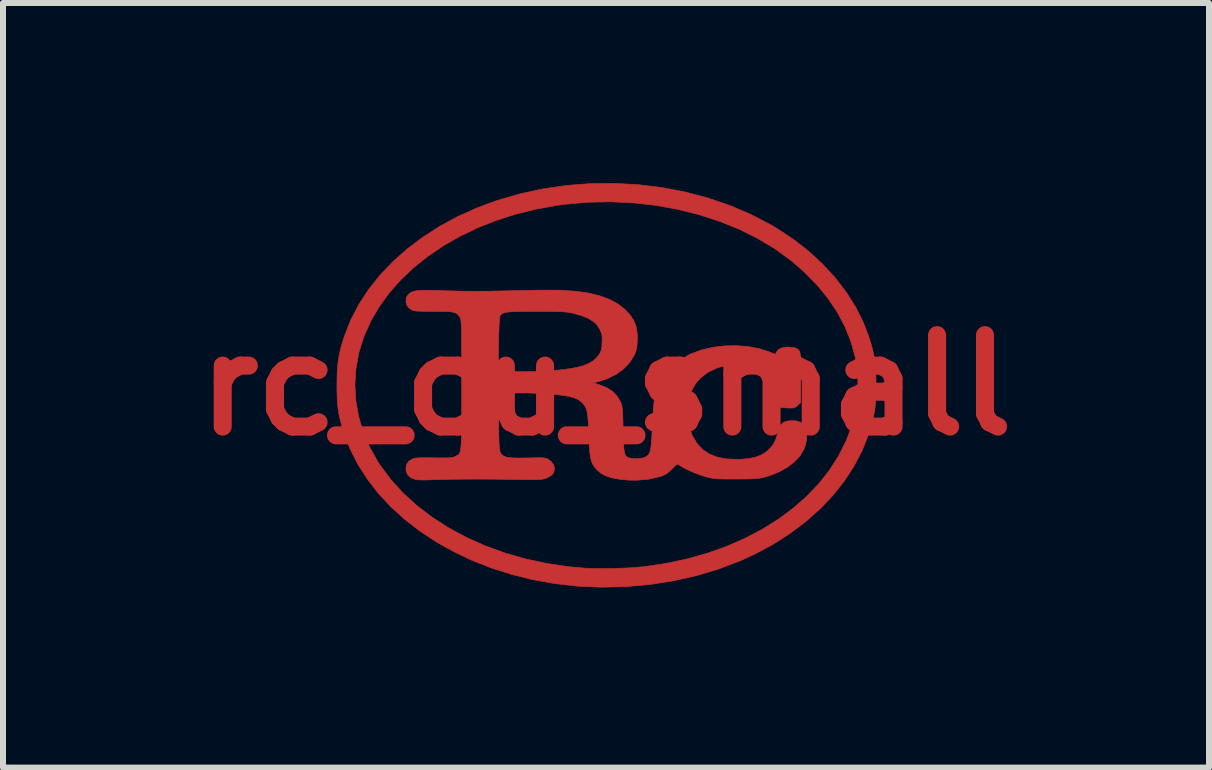
<source format=kicad_pcb>
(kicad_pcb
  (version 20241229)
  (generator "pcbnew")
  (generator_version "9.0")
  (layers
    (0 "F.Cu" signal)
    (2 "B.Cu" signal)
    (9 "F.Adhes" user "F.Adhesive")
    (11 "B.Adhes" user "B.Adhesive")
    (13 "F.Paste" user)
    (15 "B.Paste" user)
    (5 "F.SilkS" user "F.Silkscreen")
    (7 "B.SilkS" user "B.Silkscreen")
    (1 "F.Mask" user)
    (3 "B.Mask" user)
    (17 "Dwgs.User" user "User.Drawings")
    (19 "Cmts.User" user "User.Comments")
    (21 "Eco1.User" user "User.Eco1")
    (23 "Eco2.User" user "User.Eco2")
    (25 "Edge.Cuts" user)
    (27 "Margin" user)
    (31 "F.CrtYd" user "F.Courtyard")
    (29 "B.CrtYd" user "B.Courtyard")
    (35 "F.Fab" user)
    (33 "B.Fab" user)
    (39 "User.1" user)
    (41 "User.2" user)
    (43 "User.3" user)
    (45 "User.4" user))
  (footprint "rc_cu_small"
    (layer "F.Cu")
    (at 7.047 3.368)
    (property "Reference" "rc_cu_small" (at 0 0 0) (layer "F.Cu") (effects (font (size 1.524 1.524) (thickness 0.3))))
    (attr through_hole)
    (fp_poly (pts (xy 0.538 -3.341) (xy 0.933 -3.293) (xy 1.321 -3.219) (xy 1.699 -3.119) (xy 2.066 -2.994) (xy 2.418 -2.843) (xy 2.754 -2.668) (xy 2.848 -2.612) (xy 3.123 -2.43) (xy 3.378 -2.231) (xy 3.61 -2.016) (xy 3.819 -1.789) (xy 4.002 -1.55) (xy 4.159 -1.302) (xy 4.287 -1.046) (xy 4.372 -0.826) (xy 4.415 -0.69) (xy 4.447 -0.57) (xy 4.471 -0.458) (xy 4.486 -0.344) (xy 4.495 -0.22) (xy 4.498 -0.077) (xy 4.499 0) (xy 4.497 0.156) (xy 4.49 0.29) (xy 4.478 0.409) (xy 4.458 0.522) (xy 4.429 0.638) (xy 4.391 0.766) (xy 4.372 0.825) (xy 4.267 1.09) (xy 4.132 1.348) (xy 3.969 1.597) (xy 3.78 1.835) (xy 3.565 2.061) (xy 3.326 2.273) (xy 3.065 2.47) (xy 2.783 2.651) (xy 2.481 2.813) (xy 2.246 2.921) (xy 1.888 3.058) (xy 1.513 3.171) (xy 1.124 3.259) (xy 0.726 3.321) (xy 0.322 3.356) (xy -0.083 3.365) (xy -0.484 3.347) (xy -0.854 3.305) (xy -1.214 3.241) (xy -1.564 3.155) (xy -1.902 3.048) (xy -2.226 2.921) (xy -2.534 2.775) (xy -2.826 2.612) (xy -3.099 2.432) (xy -3.353 2.236) (xy -3.585 2.025) (xy -3.794 1.801) (xy -3.978 1.563) (xy -4.137 1.314) (xy -4.267 1.055) (xy -4.356 0.825) (xy -4.399 0.689) (xy -4.431 0.57) (xy -4.455 0.457) (xy -4.47 0.342) (xy -4.479 0.217) (xy -4.483 0.073) (xy -4.483 0) (xy -4.483 -0.01) (xy -4.184 -0.01) (xy -4.169 0.253) (xy -4.124 0.513) (xy -4.049 0.77) (xy -3.943 1.021) (xy -3.808 1.265) (xy -3.767 1.328) (xy -3.589 1.568) (xy -3.384 1.794) (xy -3.153 2.004) (xy -2.9 2.198) (xy -2.625 2.375) (xy -2.33 2.534) (xy -2.018 2.674) (xy -1.69 2.793) (xy -1.348 2.892) (xy -0.994 2.969) (xy -0.63 3.023) (xy -0.357 3.048) (xy -0.222 3.054) (xy -0.066 3.056) (xy 0.103 3.054) (xy 0.274 3.048) (xy 0.437 3.04) (xy 0.583 3.028) (xy 0.635 3.023) (xy 1 2.969) (xy 1.351 2.894) (xy 1.689 2.799) (xy 2.012 2.684) (xy 2.317 2.55) (xy 2.605 2.399) (xy 2.873 2.231) (xy 3.121 2.047) (xy 3.347 1.848) (xy 3.549 1.636) (xy 3.727 1.41) (xy 3.878 1.172) (xy 4.003 0.923) (xy 4.099 0.664) (xy 4.127 0.564) (xy 4.179 0.302) (xy 4.2 0.041) (xy 4.19 -0.219) (xy 4.15 -0.476) (xy 4.08 -0.728) (xy 3.98 -0.976) (xy 3.852 -1.218) (xy 3.694 -1.452) (xy 3.509 -1.678) (xy 3.296 -1.893) (xy 3.08 -2.08) (xy 2.813 -2.274) (xy 2.523 -2.447) (xy 2.214 -2.601) (xy 1.886 -2.733) (xy 1.544 -2.843) (xy 1.19 -2.931) (xy 0.826 -2.997) (xy 0.455 -3.038) (xy 0.079 -3.056) (xy -0.299 -3.049) (xy -0.676 -3.016) (xy -0.802 -2.999) (xy -1.155 -2.936) (xy -1.497 -2.852) (xy -1.824 -2.748) (xy -2.136 -2.624) (xy -2.432 -2.483) (xy -2.709 -2.324) (xy -2.967 -2.149) (xy -3.205 -1.96) (xy -3.42 -1.756) (xy -3.611 -1.54) (xy -3.777 -1.312) (xy -3.917 -1.073) (xy -4.029 -0.824) (xy -4.112 -0.567) (xy -4.12 -0.535) (xy -4.167 -0.273) (xy -4.184 -0.01) (xy -4.483 -0.01) (xy -4.481 -0.156) (xy -4.475 -0.288) (xy -4.462 -0.406) (xy -4.443 -0.519) (xy -4.415 -0.635) (xy -4.377 -0.762) (xy -4.356 -0.825) (xy -4.251 -1.092) (xy -4.116 -1.35) (xy -3.953 -1.599) (xy -3.763 -1.836) (xy -3.548 -2.062) (xy -3.31 -2.273) (xy -3.049 -2.469) (xy -2.768 -2.649) (xy -2.467 -2.812) (xy -2.148 -2.955) (xy -1.834 -3.072) (xy -1.45 -3.184) (xy -1.059 -3.27) (xy -0.662 -3.328) (xy -0.261 -3.359) (xy 0.14 -3.363) (xy 0.538 -3.341)) (stroke (width 0.01) (type solid)) (fill yes) (layer "F.Cu"))
    (fp_poly (pts (xy -0.8 -1.583) (xy -0.738 -1.582) (xy -0.501 -1.565) (xy -0.29 -1.535) (xy -0.106 -1.49) (xy 0.055 -1.431) (xy 0.193 -1.357) (xy 0.309 -1.268) (xy 0.399 -1.174) (xy 0.462 -1.079) (xy 0.502 -0.976) (xy 0.52 -0.859) (xy 0.521 -0.738) (xy 0.516 -0.661) (xy 0.507 -0.602) (xy 0.492 -0.551) (xy 0.467 -0.495) (xy 0.464 -0.488) (xy 0.389 -0.371) (xy 0.287 -0.267) (xy 0.162 -0.178) (xy 0.017 -0.107) (xy -0.1 -0.068) (xy -0.208 -0.038) (xy -0.116 -0.009) (xy 0.008 0.039) (xy 0.105 0.1) (xy 0.18 0.175) (xy 0.237 0.27) (xy 0.241 0.278) (xy 0.252 0.305) (xy 0.261 0.333) (xy 0.268 0.367) (xy 0.273 0.411) (xy 0.277 0.469) (xy 0.28 0.546) (xy 0.283 0.648) (xy 0.285 0.738) (xy 0.288 0.868) (xy 0.292 0.97) (xy 0.297 1.048) (xy 0.304 1.105) (xy 0.314 1.146) (xy 0.327 1.173) (xy 0.344 1.191) (xy 0.366 1.204) (xy 0.378 1.209) (xy 0.436 1.221) (xy 0.507 1.225) (xy 0.579 1.219) (xy 0.637 1.205) (xy 0.648 1.2) (xy 0.676 1.185) (xy 0.698 1.168) (xy 0.716 1.145) (xy 0.73 1.115) (xy 0.741 1.072) (xy 0.75 1.014) (xy 0.758 0.938) (xy 0.764 0.839) (xy 0.771 0.715) (xy 0.778 0.579) (xy 0.784 0.459) (xy 0.792 0.351) (xy 0.802 0.26) (xy 0.811 0.193) (xy 0.817 0.167) (xy 0.876 0.002) (xy 0.963 -0.149) (xy 1.075 -0.285) (xy 1.21 -0.402) (xy 1.366 -0.499) (xy 1.418 -0.524) (xy 1.589 -0.587) (xy 1.776 -0.631) (xy 1.973 -0.655) (xy 2.173 -0.659) (xy 2.369 -0.644) (xy 2.555 -0.609) (xy 2.725 -0.554) (xy 2.751 -0.543) (xy 2.795 -0.524) (xy 2.817 -0.519) (xy 2.828 -0.526) (xy 2.834 -0.541) (xy 2.866 -0.59) (xy 2.923 -0.621) (xy 3.006 -0.635) (xy 3.027 -0.635) (xy 3.087 -0.632) (xy 3.137 -0.625) (xy 3.164 -0.617) (xy 3.188 -0.604) (xy 3.207 -0.59) (xy 3.221 -0.571) (xy 3.231 -0.543) (xy 3.238 -0.502) (xy 3.243 -0.446) (xy 3.245 -0.369) (xy 3.245 -0.268) (xy 3.245 -0.14) (xy 3.245 -0.124) (xy 3.243 0.291) (xy 3.191 0.338) (xy 3.163 0.361) (xy 3.137 0.374) (xy 3.105 0.38) (xy 3.055 0.38) (xy 3.014 0.379) (xy 2.949 0.374) (xy 2.906 0.367) (xy 2.876 0.355) (xy 2.851 0.334) (xy 2.847 0.33) (xy 2.827 0.307) (xy 2.813 0.28) (xy 2.803 0.242) (xy 2.794 0.184) (xy 2.786 0.121) (xy 2.771 0.017) (xy 2.749 -0.061) (xy 2.717 -0.123) (xy 2.671 -0.173) (xy 2.609 -0.22) (xy 2.538 -0.262) (xy 2.465 -0.292) (xy 2.384 -0.311) (xy 2.288 -0.321) (xy 2.168 -0.324) (xy 2.151 -0.324) (xy 2.057 -0.322) (xy 1.986 -0.318) (xy 1.93 -0.31) (xy 1.882 -0.299) (xy 1.851 -0.288) (xy 1.707 -0.221) (xy 1.587 -0.133) (xy 1.492 -0.026) (xy 1.422 0.1) (xy 1.377 0.245) (xy 1.367 0.312) (xy 1.358 0.49) (xy 1.376 0.653) (xy 1.423 0.805) (xy 1.445 0.852) (xy 1.518 0.973) (xy 1.609 1.071) (xy 1.719 1.145) (xy 1.848 1.197) (xy 1.999 1.227) (xy 2.172 1.236) (xy 2.246 1.234) (xy 2.386 1.221) (xy 2.501 1.196) (xy 2.597 1.157) (xy 2.677 1.104) (xy 2.689 1.094) (xy 2.75 1.034) (xy 2.795 0.971) (xy 2.83 0.896) (xy 2.86 0.801) (xy 2.863 0.791) (xy 2.889 0.709) (xy 2.919 0.653) (xy 2.958 0.618) (xy 3.012 0.599) (xy 3.076 0.591) (xy 3.175 0.595) (xy 3.253 0.622) (xy 3.31 0.673) (xy 3.319 0.686) (xy 3.341 0.745) (xy 3.348 0.824) (xy 3.341 0.913) (xy 3.32 1.005) (xy 3.296 1.069) (xy 3.233 1.175) (xy 3.141 1.274) (xy 3.026 1.363) (xy 2.89 1.441) (xy 2.737 1.503) (xy 2.659 1.527) (xy 2.614 1.539) (xy 2.571 1.548) (xy 2.524 1.554) (xy 2.468 1.558) (xy 2.398 1.561) (xy 2.307 1.562) (xy 2.191 1.563) (xy 2.167 1.563) (xy 2.049 1.563) (xy 1.956 1.562) (xy 1.885 1.561) (xy 1.828 1.557) (xy 1.781 1.552) (xy 1.738 1.544) (xy 1.693 1.533) (xy 1.648 1.521) (xy 1.561 1.493) (xy 1.467 1.457) (xy 1.374 1.416) (xy 1.292 1.376) (xy 1.229 1.338) (xy 1.216 1.329) (xy 1.199 1.32) (xy 1.181 1.321) (xy 1.157 1.338) (xy 1.121 1.373) (xy 1.096 1.398) (xy 1.042 1.449) (xy 0.996 1.483) (xy 0.943 1.507) (xy 0.896 1.523) (xy 0.711 1.566) (xy 0.513 1.583) (xy 0.374 1.581) (xy 0.222 1.566) (xy 0.096 1.543) (xy -0.006 1.51) (xy -0.088 1.465) (xy -0.154 1.407) (xy -0.164 1.396) (xy -0.196 1.356) (xy -0.221 1.316) (xy -0.241 1.272) (xy -0.255 1.219) (xy -0.266 1.153) (xy -0.274 1.068) (xy -0.281 0.961) (xy -0.286 0.827) (xy -0.287 0.823) (xy -0.292 0.692) (xy -0.298 0.588) (xy -0.305 0.508) (xy -0.315 0.445) (xy -0.328 0.397) (xy -0.345 0.359) (xy -0.367 0.326) (xy -0.394 0.296) (xy -0.435 0.258) (xy -0.48 0.23) (xy -0.538 0.208) (xy -0.618 0.187) (xy -0.628 0.185) (xy -0.708 0.171) (xy -0.811 0.158) (xy -0.932 0.148) (xy -1.063 0.139) (xy -1.199 0.133) (xy -1.332 0.129) (xy -1.457 0.129) (xy -1.566 0.131) (xy -1.654 0.137) (xy -1.688 0.142) (xy -1.737 0.153) (xy -1.772 0.169) (xy -1.781 0.176) (xy -1.785 0.199) (xy -1.788 0.25) (xy -1.79 0.328) (xy -1.791 0.43) (xy -1.79 0.552) (xy -1.789 0.644) (xy -1.787 0.777) (xy -1.785 0.883) (xy -1.782 0.964) (xy -1.779 1.025) (xy -1.774 1.068) (xy -1.769 1.098) (xy -1.762 1.119) (xy -1.756 1.13) (xy -1.735 1.157) (xy -1.71 1.177) (xy -1.676 1.193) (xy -1.63 1.204) (xy -1.569 1.21) (xy -1.488 1.213) (xy -1.385 1.213) (xy -1.255 1.211) (xy -1.18 1.209) (xy -1.096 1.208) (xy -1.036 1.211) (xy -0.994 1.219) (xy -0.971 1.229) (xy -0.91 1.274) (xy -0.872 1.33) (xy -0.858 1.392) (xy -0.872 1.453) (xy -0.889 1.481) (xy -0.923 1.51) (xy -0.973 1.538) (xy -1.004 1.551) (xy -1.035 1.56) (xy -1.067 1.567) (xy -1.106 1.572) (xy -1.157 1.574) (xy -1.224 1.575) (xy -1.313 1.574) (xy -1.428 1.572) (xy -1.445 1.572) (xy -1.673 1.568) (xy -1.903 1.565) (xy -2.129 1.564) (xy -2.345 1.565) (xy -2.544 1.567) (xy -2.722 1.571) (xy -2.842 1.574) (xy -2.936 1.577) (xy -3.022 1.579) (xy -3.094 1.578) (xy -3.145 1.576) (xy -3.167 1.573) (xy -3.248 1.543) (xy -3.302 1.498) (xy -3.329 1.437) (xy -3.334 1.389) (xy -3.323 1.32) (xy -3.289 1.269) (xy -3.231 1.232) (xy -3.207 1.222) (xy -3.177 1.216) (xy -3.135 1.211) (xy -3.078 1.209) (xy -3 1.208) (xy -2.896 1.209) (xy -2.87 1.21) (xy -2.761 1.211) (xy -2.679 1.211) (xy -2.62 1.21) (xy -2.577 1.206) (xy -2.546 1.2) (xy -2.523 1.192) (xy -2.512 1.186) (xy -2.492 1.176) (xy -2.474 1.166) (xy -2.459 1.155) (xy -2.446 1.141) (xy -2.436 1.121) (xy -2.427 1.092) (xy -2.42 1.054) (xy -2.415 1.003) (xy -2.411 0.937) (xy -2.408 0.855) (xy -2.407 0.753) (xy -2.406 0.629) (xy -2.405 0.482) (xy -2.405 0.308) (xy -2.405 0.107) (xy -2.405 -0.008) (xy -2.405 -0.22) (xy -2.405 -0.403) (xy -2.405 -0.469) (xy -1.794 -0.469) (xy -1.793 -0.39) (xy -1.788 -0.331) (xy -1.78 -0.29) (xy -1.767 -0.264) (xy -1.748 -0.248) (xy -1.722 -0.24) (xy -1.688 -0.236) (xy -1.667 -0.234) (xy -1.566 -0.228) (xy -1.442 -0.226) (xy -1.301 -0.226) (xy -1.15 -0.23) (xy -0.998 -0.237) (xy -0.984 -0.238) (xy -0.794 -0.252) (xy -0.633 -0.271) (xy -0.498 -0.294) (xy -0.386 -0.323) (xy -0.294 -0.359) (xy -0.219 -0.403) (xy -0.159 -0.455) (xy -0.114 -0.512) (xy -0.092 -0.551) (xy -0.078 -0.591) (xy -0.07 -0.643) (xy -0.066 -0.71) (xy -0.064 -0.78) (xy -0.067 -0.83) (xy -0.078 -0.872) (xy -0.097 -0.917) (xy -0.102 -0.928) (xy -0.149 -1.002) (xy -0.213 -1.064) (xy -0.299 -1.116) (xy -0.408 -1.16) (xy -0.545 -1.198) (xy -0.571 -1.204) (xy -0.613 -1.212) (xy -0.66 -1.218) (xy -0.717 -1.223) (xy -0.788 -1.226) (xy -0.877 -1.229) (xy -0.989 -1.23) (xy -1.127 -1.23) (xy -1.167 -1.23) (xy -1.316 -1.23) (xy -1.436 -1.229) (xy -1.532 -1.226) (xy -1.606 -1.222) (xy -1.661 -1.215) (xy -1.701 -1.206) (xy -1.729 -1.194) (xy -1.748 -1.178) (xy -1.762 -1.159) (xy -1.765 -1.153) (xy -1.771 -1.126) (xy -1.777 -1.069) (xy -1.782 -0.985) (xy -1.786 -0.876) (xy -1.79 -0.745) (xy -1.79 -0.707) (xy -1.793 -0.574) (xy -1.794 -0.469) (xy -2.405 -0.469) (xy -2.406 -0.559) (xy -2.406 -0.69) (xy -2.407 -0.798) (xy -2.408 -0.886) (xy -2.41 -0.957) (xy -2.412 -1.011) (xy -2.415 -1.052) (xy -2.418 -1.082) (xy -2.422 -1.104) (xy -2.426 -1.119) (xy -2.432 -1.129) (xy -2.433 -1.132) (xy -2.455 -1.163) (xy -2.478 -1.187) (xy -2.506 -1.204) (xy -2.543 -1.216) (xy -2.595 -1.224) (xy -2.665 -1.228) (xy -2.759 -1.23) (xy -2.873 -1.23) (xy -2.985 -1.231) (xy -3.069 -1.232) (xy -3.131 -1.234) (xy -3.175 -1.237) (xy -3.206 -1.243) (xy -3.228 -1.25) (xy -3.247 -1.261) (xy -3.247 -1.261) (xy -3.297 -1.3) (xy -3.324 -1.34) (xy -3.333 -1.393) (xy -3.333 -1.407) (xy -3.326 -1.462) (xy -3.301 -1.505) (xy -3.293 -1.512) (xy -3.268 -1.534) (xy -3.24 -1.551) (xy -3.203 -1.564) (xy -3.156 -1.574) (xy -3.094 -1.579) (xy -3.015 -1.582) (xy -2.914 -1.581) (xy -2.788 -1.578) (xy -2.647 -1.573) (xy -2.431 -1.567) (xy -2.208 -1.565) (xy -1.97 -1.566) (xy -1.709 -1.571) (xy -1.585 -1.574) (xy -1.437 -1.578) (xy -1.289 -1.581) (xy -1.145 -1.583) (xy -1.012 -1.584) (xy -0.895 -1.584) (xy -0.8 -1.583)) (stroke (width 0.01) (type solid)) (fill yes) (layer "F.Cu")))
  (gr_rect
    (start -3 -3)
    (end 17.093 9.739)
    (stroke (width 0.1) (type default))
    (fill no)
    (layer "Edge.Cuts")))
</source>
